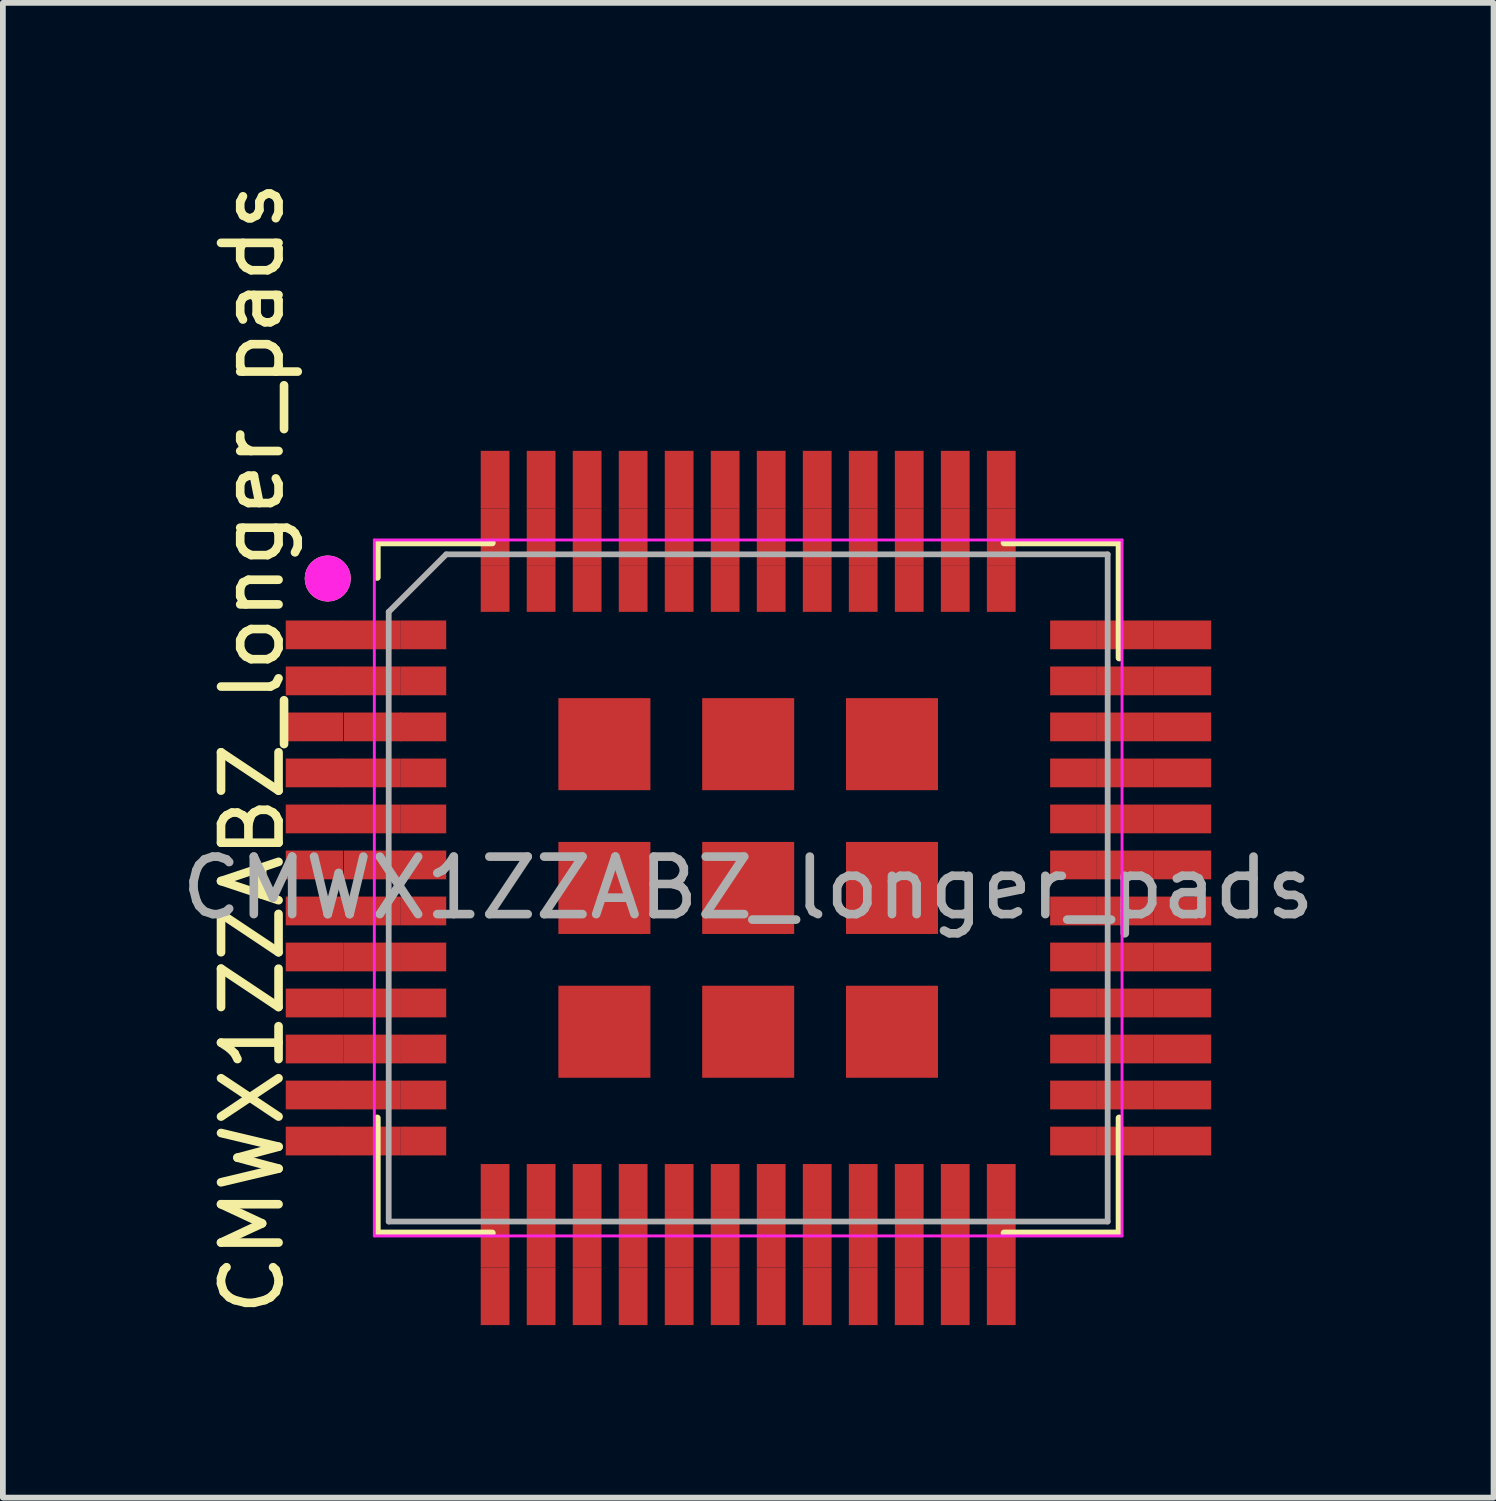
<source format=kicad_pcb>
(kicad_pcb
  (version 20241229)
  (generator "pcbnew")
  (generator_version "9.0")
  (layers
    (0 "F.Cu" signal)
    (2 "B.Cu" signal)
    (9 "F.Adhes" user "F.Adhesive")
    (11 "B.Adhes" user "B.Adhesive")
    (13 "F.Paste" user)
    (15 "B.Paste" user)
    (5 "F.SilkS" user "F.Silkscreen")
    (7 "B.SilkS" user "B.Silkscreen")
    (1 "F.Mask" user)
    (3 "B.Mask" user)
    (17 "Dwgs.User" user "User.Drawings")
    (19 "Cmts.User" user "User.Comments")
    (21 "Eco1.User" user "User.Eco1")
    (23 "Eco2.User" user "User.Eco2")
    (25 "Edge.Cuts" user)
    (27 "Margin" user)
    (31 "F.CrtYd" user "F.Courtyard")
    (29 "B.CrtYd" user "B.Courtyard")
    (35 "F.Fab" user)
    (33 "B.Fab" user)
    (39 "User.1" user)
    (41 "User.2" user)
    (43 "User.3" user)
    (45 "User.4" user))
  (footprint "CMWX1ZZABZ_longer_pads"
    (layer "F.Cu")
    (at 9.958 12.388)
    (property "Reference" "CMWX1ZZABZ_longer_pads" (at -8.62 -2.43 270) (layer "F.SilkS") (effects (font (size 1 1) (thickness 0.15))))
    (attr smd)
    (fp_line (start -6.45 -6) (end -6.45 -5.4) (stroke (width 0.12) (type solid)) (layer "F.SilkS"))
    (fp_line (start -6.45 -6) (end -4.45 -6) (stroke (width 0.12) (type solid)) (layer "F.SilkS"))
    (fp_line (start -6.45 4) (end -6.45 6) (stroke (width 0.12) (type solid)) (layer "F.SilkS"))
    (fp_line (start -6.45 6) (end -4.45 6) (stroke (width 0.12) (type solid)) (layer "F.SilkS"))
    (fp_line (start 4.45 -6) (end 6.45 -6) (stroke (width 0.12) (type solid)) (layer "F.SilkS"))
    (fp_line (start 4.45 6) (end 6.45 6) (stroke (width 0.12) (type solid)) (layer "F.SilkS"))
    (fp_line (start 6.45 -6) (end 6.45 -4) (stroke (width 0.12) (type solid)) (layer "F.SilkS"))
    (fp_line (start 6.45 4) (end 6.45 6) (stroke (width 0.12) (type solid)) (layer "F.SilkS"))
    (fp_circle (center -7.31 -5.38) (end -7.11 -5.38) (stroke (width 0.4) (type solid)) (fill no) (layer "F.SilkS"))
    (fp_line (start -6.5 -6.05) (end 6.5 -6.05) (stroke (width 0.05) (type solid)) (layer "F.CrtYd"))
    (fp_line (start -6.5 6.05) (end -6.5 -6.05) (stroke (width 0.05) (type solid)) (layer "F.CrtYd"))
    (fp_line (start -6.5 6.05) (end 6.5 6.05) (stroke (width 0.05) (type solid)) (layer "F.CrtYd"))
    (fp_line (start 6.5 -6.05) (end 6.5 6.05) (stroke (width 0.05) (type solid)) (layer "F.CrtYd"))
    (fp_circle (center -7.31 -5.38) (end -7.11 -5.38) (stroke (width 0.4) (type solid)) (fill no) (layer "F.CrtYd"))
    (fp_line (start -6.25 -4.8) (end -6.25 5.8) (stroke (width 0.1) (type solid)) (layer "F.Fab"))
    (fp_line (start -6.25 5.8) (end 6.25 5.8) (stroke (width 0.1) (type solid)) (layer "F.Fab"))
    (fp_line (start -5.25 -5.8) (end -6.25 -4.8) (stroke (width 0.1) (type solid)) (layer "F.Fab"))
    (fp_line (start -5.25 -5.8) (end 6.25 -5.8) (stroke (width 0.1) (type solid)) (layer "F.Fab"))
    (fp_line (start 6.25 -5.8) (end 6.25 5.8) (stroke (width 0.1) (type solid)) (layer "F.Fab"))
    (fp_text user "${REFERENCE}" (at 0 0 0) (layer "F.Fab") (effects (font (size 1 1) (thickness 0.15))))
    (pad "1" smd rect (at -7.54 -4.4) (size 1 0.5) (layers "F.Cu" "F.Mask" "F.Paste"))
    (pad "1" smd rect (at -6.55 -4.4) (size 1 0.5) (layers "F.Cu"))
    (pad "1" smd rect (at -5.65 -4.4) (size 0.8 0.5) (layers "F.Cu" "F.Mask" "F.Paste"))
    (pad "2" smd rect (at -7.54 -3.6) (size 1 0.5) (layers "F.Cu" "F.Mask" "F.Paste"))
    (pad "2" smd rect (at -6.55 -3.6) (size 1 0.5) (layers "F.Cu"))
    (pad "2" smd rect (at -5.65 -3.6) (size 0.8 0.5) (layers "F.Cu" "F.Mask" "F.Paste"))
    (pad "3" smd rect (at -7.54 -2.8) (size 1 0.5) (layers "F.Cu" "F.Mask" "F.Paste"))
    (pad "3" smd rect (at -6.53 -2.8) (size 1 0.5) (layers "F.Cu"))
    (pad "3" smd rect (at -5.65 -2.8) (size 0.8 0.5) (layers "F.Cu" "F.Mask" "F.Paste"))
    (pad "4" smd rect (at -7.54 -2) (size 1 0.5) (layers "F.Cu" "F.Mask" "F.Paste"))
    (pad "4" smd rect (at -6.55 -2) (size 1 0.5) (layers "F.Cu"))
    (pad "4" smd rect (at -5.65 -2) (size 0.8 0.5) (layers "F.Cu" "F.Mask" "F.Paste"))
    (pad "5" smd rect (at -7.54 -1.2) (size 1 0.5) (layers "F.Cu" "F.Mask" "F.Paste"))
    (pad "5" smd rect (at -6.55 -1.2) (size 1 0.5) (layers "F.Cu"))
    (pad "5" smd rect (at -5.65 -1.2) (size 0.8 0.5) (layers "F.Cu" "F.Mask" "F.Paste"))
    (pad "6" smd rect (at -7.54 -0.4) (size 1 0.5) (layers "F.Cu" "F.Mask" "F.Paste"))
    (pad "6" smd rect (at -6.53 -0.4) (size 1 0.5) (layers "F.Cu"))
    (pad "6" smd rect (at -5.65 -0.4) (size 0.8 0.5) (layers "F.Cu" "F.Mask" "F.Paste"))
    (pad "7" smd rect (at -7.54 0.4) (size 1 0.5) (layers "F.Cu" "F.Mask" "F.Paste"))
    (pad "7" smd rect (at -6.55 0.4) (size 1 0.5) (layers "F.Cu"))
    (pad "7" smd rect (at -5.65 0.4) (size 0.8 0.5) (layers "F.Cu" "F.Mask" "F.Paste"))
    (pad "8" smd rect (at -7.54 1.2) (size 1 0.5) (layers "F.Cu" "F.Mask" "F.Paste"))
    (pad "8" smd rect (at -6.54 1.2) (size 1 0.5) (layers "F.Cu"))
    (pad "8" smd rect (at -5.65 1.2) (size 0.8 0.5) (layers "F.Cu" "F.Mask" "F.Paste"))
    (pad "9" smd rect (at -7.54 2) (size 1 0.5) (layers "F.Cu" "F.Mask" "F.Paste"))
    (pad "9" smd rect (at -6.54 2) (size 1 0.5) (layers "F.Cu"))
    (pad "9" smd rect (at -5.65 2) (size 0.8 0.5) (layers "F.Cu" "F.Mask" "F.Paste"))
    (pad "10" smd rect (at -7.54 2.8) (size 1 0.5) (layers "F.Cu" "F.Mask" "F.Paste"))
    (pad "10" smd rect (at -6.54 2.8) (size 1 0.5) (layers "F.Cu"))
    (pad "10" smd rect (at -5.65 2.8) (size 0.8 0.5) (layers "F.Cu" "F.Mask" "F.Paste"))
    (pad "11" smd rect (at -7.54 3.6) (size 1 0.5) (layers "F.Cu" "F.Mask" "F.Paste"))
    (pad "11" smd rect (at -6.55 3.6) (size 1 0.5) (layers "F.Cu"))
    (pad "11" smd rect (at -5.65 3.6) (size 0.8 0.5) (layers "F.Cu" "F.Mask" "F.Paste"))
    (pad "12" smd rect (at -7.54 4.4) (size 1 0.5) (layers "F.Cu" "F.Mask" "F.Paste"))
    (pad "12" smd rect (at -6.55 4.4) (size 1 0.5) (layers "F.Cu"))
    (pad "12" smd rect (at -5.65 4.4) (size 0.8 0.5) (layers "F.Cu" "F.Mask" "F.Paste"))
    (pad "13" smd rect (at -4.4 5.2 90) (size 0.8 0.5) (layers "F.Cu" "F.Mask" "F.Paste"))
    (pad "13" smd rect (at -4.4 6.1 90) (size 1 0.5) (layers "F.Cu"))
    (pad "13" smd rect (at -4.4 7.1 90) (size 1 0.5) (layers "F.Cu" "F.Mask" "F.Paste"))
    (pad "14" smd rect (at -3.6 5.2 90) (size 0.8 0.5) (layers "F.Cu" "F.Mask" "F.Paste"))
    (pad "14" smd rect (at -3.6 6.1 90) (size 1 0.5) (layers "F.Cu"))
    (pad "14" smd rect (at -3.6 7.1 90) (size 1 0.5) (layers "F.Cu" "F.Mask" "F.Paste"))
    (pad "15" smd rect (at -2.8 5.2 90) (size 0.8 0.5) (layers "F.Cu" "F.Mask" "F.Paste"))
    (pad "15" smd rect (at -2.8 6.1 90) (size 1 0.5) (layers "F.Cu"))
    (pad "15" smd rect (at -2.8 7.1 90) (size 1 0.5) (layers "F.Cu" "F.Mask" "F.Paste"))
    (pad "16" smd rect (at -2 5.2 90) (size 0.8 0.5) (layers "F.Cu" "F.Mask" "F.Paste"))
    (pad "16" smd rect (at -2 6.1 90) (size 1 0.5) (layers "F.Cu"))
    (pad "16" smd rect (at -2 7.1 90) (size 1 0.5) (layers "F.Cu" "F.Mask" "F.Paste"))
    (pad "17" smd rect (at -1.2 5.2 90) (size 0.8 0.5) (layers "F.Cu" "F.Mask" "F.Paste"))
    (pad "17" smd rect (at -1.2 6.1 90) (size 1 0.5) (layers "F.Cu"))
    (pad "17" smd rect (at -1.2 7.1 90) (size 1 0.5) (layers "F.Cu" "F.Mask" "F.Paste"))
    (pad "18" smd rect (at -0.4 5.2 90) (size 0.8 0.5) (layers "F.Cu" "F.Mask" "F.Paste"))
    (pad "18" smd rect (at -0.4 6.1 90) (size 1 0.5) (layers "F.Cu"))
    (pad "18" smd rect (at -0.4 7.1 90) (size 1 0.5) (layers "F.Cu" "F.Mask" "F.Paste"))
    (pad "19" smd rect (at 0.4 5.2 90) (size 0.8 0.5) (layers "F.Cu" "F.Mask" "F.Paste"))
    (pad "19" smd rect (at 0.4 6.1 90) (size 1 0.5) (layers "F.Cu"))
    (pad "19" smd rect (at 0.4 7.1 90) (size 1 0.5) (layers "F.Cu" "F.Mask" "F.Paste"))
    (pad "20" smd rect (at 1.2 5.2 270) (size 0.8 0.5) (layers "F.Cu" "F.Mask" "F.Paste"))
    (pad "20" smd rect (at 1.2 6.1 90) (size 1 0.5) (layers "F.Cu"))
    (pad "20" smd rect (at 1.2 7.1 90) (size 1 0.5) (layers "F.Cu" "F.Mask" "F.Paste"))
    (pad "21" smd rect (at 2 5.2 270) (size 0.8 0.5) (layers "F.Cu" "F.Mask" "F.Paste"))
    (pad "21" smd rect (at 2 6.1 90) (size 1 0.5) (layers "F.Cu"))
    (pad "21" smd rect (at 2 7.1 90) (size 1 0.5) (layers "F.Cu" "F.Mask" "F.Paste"))
    (pad "22" smd rect (at 2.8 5.2 270) (size 0.8 0.5) (layers "F.Cu" "F.Mask" "F.Paste"))
    (pad "22" smd rect (at 2.8 6.1 90) (size 1 0.5) (layers "F.Cu"))
    (pad "22" smd rect (at 2.8 7.1 90) (size 1 0.5) (layers "F.Cu" "F.Mask" "F.Paste"))
    (pad "23" smd rect (at 3.6 5.2 270) (size 0.8 0.5) (layers "F.Cu" "F.Mask" "F.Paste"))
    (pad "23" smd rect (at 3.6 6.1 90) (size 1 0.5) (layers "F.Cu"))
    (pad "23" smd rect (at 3.6 7.1 90) (size 1 0.5) (layers "F.Cu" "F.Mask" "F.Paste"))
    (pad "24" smd rect (at 4.4 5.2 270) (size 0.8 0.5) (layers "F.Cu" "F.Mask" "F.Paste"))
    (pad "24" smd rect (at 4.4 6.1 90) (size 1 0.5) (layers "F.Cu"))
    (pad "24" smd rect (at 4.4 7.1 90) (size 1 0.5) (layers "F.Cu" "F.Mask" "F.Paste"))
    (pad "25" smd rect (at 5.65 4.4) (size 0.8 0.5) (layers "F.Cu" "F.Mask" "F.Paste"))
    (pad "25" smd rect (at 6.55 4.4) (size 1 0.5) (layers "F.Cu"))
    (pad "25" smd rect (at 7.55 4.4) (size 1 0.5) (layers "F.Cu" "F.Mask" "F.Paste"))
    (pad "26" smd rect (at 5.65 3.6) (size 0.8 0.5) (layers "F.Cu" "F.Mask" "F.Paste"))
    (pad "26" smd rect (at 6.55 3.6) (size 1 0.5) (layers "F.Cu"))
    (pad "26" smd rect (at 7.55 3.6) (size 1 0.5) (layers "F.Cu" "F.Mask" "F.Paste"))
    (pad "27" smd rect (at 5.65 2.8) (size 0.8 0.5) (layers "F.Cu" "F.Mask" "F.Paste"))
    (pad "27" smd rect (at 6.55 2.8) (size 1 0.5) (layers "F.Cu"))
    (pad "27" smd rect (at 7.55 2.8) (size 1 0.5) (layers "F.Cu" "F.Mask" "F.Paste"))
    (pad "28" smd rect (at 5.65 2) (size 0.8 0.5) (layers "F.Cu" "F.Mask" "F.Paste"))
    (pad "28" smd rect (at 6.55 2) (size 1 0.5) (layers "F.Cu"))
    (pad "28" smd rect (at 7.55 2) (size 1 0.5) (layers "F.Cu" "F.Mask" "F.Paste"))
    (pad "29" smd rect (at 5.65 1.2) (size 0.8 0.5) (layers "F.Cu" "F.Mask" "F.Paste"))
    (pad "29" smd rect (at 6.55 1.2) (size 1 0.5) (layers "F.Cu"))
    (pad "29" smd rect (at 7.55 1.2) (size 1 0.5) (layers "F.Cu" "F.Mask" "F.Paste"))
    (pad "30" smd rect (at 5.65 0.4) (size 0.8 0.5) (layers "F.Cu" "F.Mask" "F.Paste"))
    (pad "30" smd rect (at 6.55 0.4) (size 1 0.5) (layers "F.Cu"))
    (pad "30" smd rect (at 7.55 0.4) (size 1 0.5) (layers "F.Cu" "F.Mask" "F.Paste"))
    (pad "31" smd rect (at 5.65 -0.4) (size 0.8 0.5) (layers "F.Cu" "F.Mask" "F.Paste"))
    (pad "31" smd rect (at 6.55 -0.4) (size 1 0.5) (layers "F.Cu"))
    (pad "31" smd rect (at 7.55 -0.4) (size 1 0.5) (layers "F.Cu" "F.Mask" "F.Paste"))
    (pad "32" smd rect (at 5.65 -1.2) (size 0.8 0.5) (layers "F.Cu" "F.Mask" "F.Paste"))
    (pad "32" smd rect (at 6.55 -1.2) (size 1 0.5) (layers "F.Cu"))
    (pad "32" smd rect (at 7.55 -1.2) (size 1 0.5) (layers "F.Cu" "F.Mask" "F.Paste"))
    (pad "33" smd rect (at 5.65 -2) (size 0.8 0.5) (layers "F.Cu" "F.Mask" "F.Paste"))
    (pad "33" smd rect (at 6.55 -2) (size 1 0.5) (layers "F.Cu"))
    (pad "33" smd rect (at 7.55 -2) (size 1 0.5) (layers "F.Cu" "F.Mask" "F.Paste"))
    (pad "34" smd rect (at 5.65 -2.8) (size 0.8 0.5) (layers "F.Cu" "F.Mask" "F.Paste"))
    (pad "34" smd rect (at 6.55 -2.8) (size 1 0.5) (layers "F.Cu"))
    (pad "34" smd rect (at 7.55 -2.8) (size 1 0.5) (layers "F.Cu" "F.Mask" "F.Paste"))
    (pad "35" smd rect (at 5.65 -3.6) (size 0.8 0.5) (layers "F.Cu" "F.Mask" "F.Paste"))
    (pad "35" smd rect (at 6.55 -3.6) (size 1 0.5) (layers "F.Cu"))
    (pad "35" smd rect (at 7.55 -3.6) (size 1 0.5) (layers "F.Cu" "F.Mask" "F.Paste"))
    (pad "36" smd rect (at 5.65 -4.4) (size 0.8 0.5) (layers "F.Cu" "F.Mask" "F.Paste"))
    (pad "36" smd rect (at 6.55 -4.4) (size 1 0.5) (layers "F.Cu"))
    (pad "36" smd rect (at 7.55 -4.4) (size 1 0.5) (layers "F.Cu" "F.Mask" "F.Paste"))
    (pad "37" smd rect (at 4.4 -7.1 90) (size 1 0.5) (layers "F.Cu" "F.Mask" "F.Paste"))
    (pad "37" smd rect (at 4.4 -6.1 90) (size 1 0.5) (layers "F.Cu"))
    (pad "37" smd rect (at 4.4 -5.2 90) (size 0.8 0.5) (layers "F.Cu" "F.Mask" "F.Paste"))
    (pad "38" smd rect (at 3.6 -7.1 90) (size 1 0.5) (layers "F.Cu" "F.Mask" "F.Paste"))
    (pad "38" smd rect (at 3.6 -6.1 90) (size 1 0.5) (layers "F.Cu"))
    (pad "38" smd rect (at 3.6 -5.2 90) (size 0.8 0.5) (layers "F.Cu" "F.Mask" "F.Paste"))
    (pad "39" smd rect (at 2.8 -7.1 90) (size 1 0.5) (layers "F.Cu" "F.Mask" "F.Paste"))
    (pad "39" smd rect (at 2.8 -6.1 90) (size 1 0.5) (layers "F.Cu"))
    (pad "39" smd rect (at 2.8 -5.2 90) (size 0.8 0.5) (layers "F.Cu" "F.Mask" "F.Paste"))
    (pad "40" smd rect (at 2 -7.1 90) (size 1 0.5) (layers "F.Cu" "F.Mask" "F.Paste"))
    (pad "40" smd rect (at 2 -6.1 90) (size 1 0.5) (layers "F.Cu"))
    (pad "40" smd rect (at 2 -5.2 90) (size 0.8 0.5) (layers "F.Cu" "F.Mask" "F.Paste"))
    (pad "41" smd rect (at 1.2 -7.1 90) (size 1 0.5) (layers "F.Cu" "F.Mask" "F.Paste"))
    (pad "41" smd rect (at 1.2 -6.1 90) (size 1 0.5) (layers "F.Cu"))
    (pad "41" smd rect (at 1.2 -5.2 90) (size 0.8 0.5) (layers "F.Cu" "F.Mask" "F.Paste"))
    (pad "42" smd rect (at 0.4 -7.1 90) (size 1 0.5) (layers "F.Cu" "F.Mask" "F.Paste"))
    (pad "42" smd rect (at 0.4 -6.1 90) (size 1 0.5) (layers "F.Cu"))
    (pad "42" smd rect (at 0.4 -5.2 90) (size 0.8 0.5) (layers "F.Cu" "F.Mask" "F.Paste"))
    (pad "43" smd rect (at -0.4 -7.1 90) (size 1 0.5) (layers "F.Cu" "F.Mask" "F.Paste"))
    (pad "43" smd rect (at -0.4 -6.1 90) (size 1 0.5) (layers "F.Cu"))
    (pad "43" smd rect (at -0.4 -5.2 90) (size 0.8 0.5) (layers "F.Cu" "F.Mask" "F.Paste"))
    (pad "44" smd rect (at -1.2 -7.1 90) (size 1 0.5) (layers "F.Cu" "F.Mask" "F.Paste"))
    (pad "44" smd rect (at -1.2 -6.1 90) (size 1 0.5) (layers "F.Cu"))
    (pad "44" smd rect (at -1.2 -5.2 90) (size 0.8 0.5) (layers "F.Cu" "F.Mask" "F.Paste"))
    (pad "45" smd rect (at -2 -7.1 90) (size 1 0.5) (layers "F.Cu" "F.Mask" "F.Paste"))
    (pad "45" smd rect (at -2 -6.1 90) (size 1 0.5) (layers "F.Cu"))
    (pad "45" smd rect (at -2 -5.2 90) (size 0.8 0.5) (layers "F.Cu" "F.Mask" "F.Paste"))
    (pad "46" smd rect (at -2.8 -7.1 90) (size 1 0.5) (layers "F.Cu" "F.Mask" "F.Paste"))
    (pad "46" smd rect (at -2.8 -6.1 90) (size 1 0.5) (layers "F.Cu"))
    (pad "46" smd rect (at -2.8 -5.2 90) (size 0.8 0.5) (layers "F.Cu" "F.Mask" "F.Paste"))
    (pad "47" smd rect (at -3.6 -7.1 90) (size 1 0.5) (layers "F.Cu" "F.Mask" "F.Paste"))
    (pad "47" smd rect (at -3.6 -6.1 90) (size 1 0.5) (layers "F.Cu"))
    (pad "47" smd rect (at -3.6 -5.2 90) (size 0.8 0.5) (layers "F.Cu" "F.Mask" "F.Paste"))
    (pad "48" smd rect (at -4.4 -7.1 90) (size 1 0.5) (layers "F.Cu" "F.Mask" "F.Paste"))
    (pad "48" smd rect (at -4.4 -6.1 90) (size 1 0.5) (layers "F.Cu"))
    (pad "48" smd rect (at -4.4 -5.2 90) (size 0.8 0.5) (layers "F.Cu" "F.Mask" "F.Paste"))
    (pad "49" smd rect (at -2.5 -2.5 90) (size 1.6 1.6) (layers "F.Cu" "F.Mask" "F.Paste"))
    (pad "50" smd rect (at 0 -2.5 90) (size 1.6 1.6) (layers "F.Cu" "F.Mask" "F.Paste"))
    (pad "51" smd rect (at 2.5 -2.5 90) (size 1.6 1.6) (layers "F.Cu" "F.Mask" "F.Paste"))
    (pad "52" smd rect (at -2.5 0 90) (size 1.6 1.6) (layers "F.Cu" "F.Mask" "F.Paste"))
    (pad "53" smd rect (at 0 0 90) (size 1.6 1.6) (layers "F.Cu" "F.Mask" "F.Paste"))
    (pad "54" smd rect (at 2.5 0 90) (size 1.6 1.6) (layers "F.Cu" "F.Mask" "F.Paste"))
    (pad "55" smd rect (at -2.5 2.5 90) (size 1.6 1.6) (layers "F.Cu" "F.Mask" "F.Paste"))
    (pad "56" smd rect (at 0 2.5 90) (size 1.6 1.6) (layers "F.Cu" "F.Mask" "F.Paste"))
    (pad "57" smd rect (at 2.5 2.5 90) (size 1.6 1.6) (layers "F.Cu" "F.Mask" "F.Paste")))
  (gr_rect
    (start -3 -3)
    (end 22.917 22.988)
    (stroke (width 0.1) (type default))
    (fill no)
    (layer "Edge.Cuts")))
</source>
